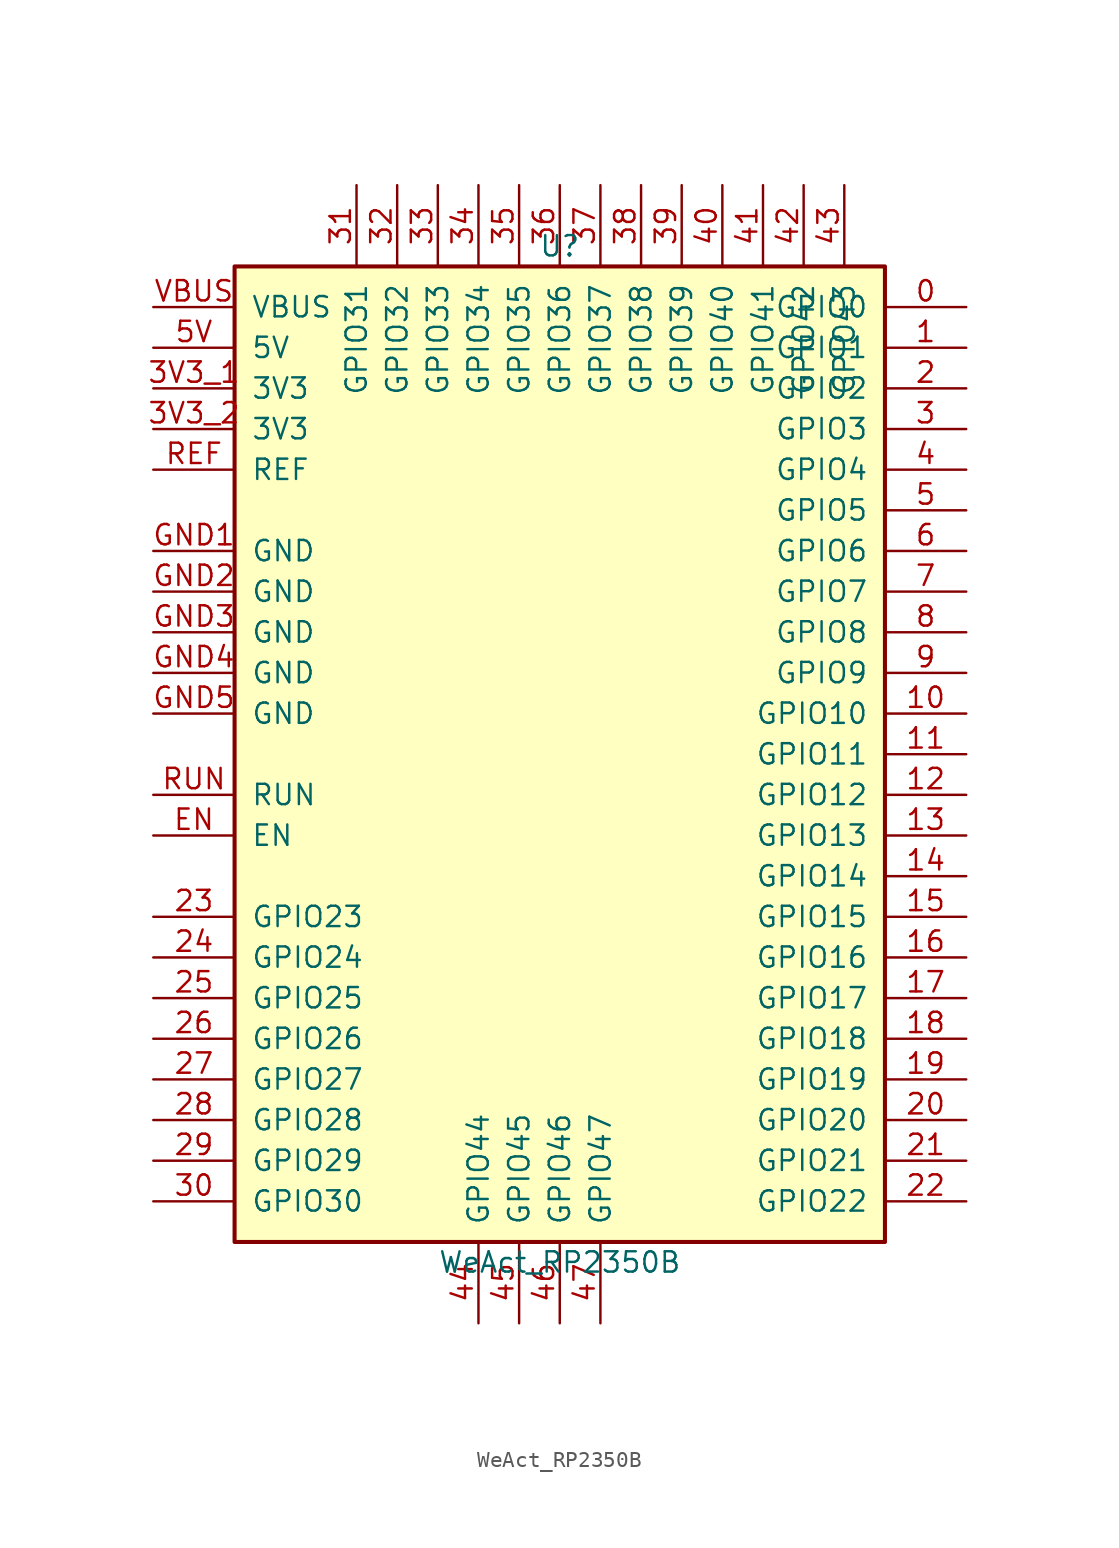
<source format=kicad_sym>
(kicad_symbol_lib
  (version 20231120)
  (generator "hand_crafted")
  (symbol "WeAct_RP2350B"
    (pin_names
      (offset 1.016))
    (property "Reference" "U"
      (at 0 31.75 0)
      (effects (font (size 1.27 1.27))))
    (property "Value" "WeAct_RP2350B"
      (at 0 -31.75 0)
      (effects (font (size 1.27 1.27))))
    (symbol "WeAct_RP2350B_0_1"
      (rectangle (start -20.32 30.48) (end 20.32 -30.48) (stroke (width 0.254) (type default)) (fill (type background))))
    (symbol "WeAct_RP2350B_1_1"
      (pin power_in line (at -25.4 27.94 0) (length 5.08) (name "VBUS" (effects (font (size 1.27 1.27)))) (number "VBUS" (effects (font (size 1.27 1.27)))))
      (pin power_in line (at -25.4 25.4 0) (length 5.08) (name "5V" (effects (font (size 1.27 1.27)))) (number "5V" (effects (font (size 1.27 1.27)))))
      (pin power_out line (at -25.4 22.86 0) (length 5.08) (name "3V3" (effects (font (size 1.27 1.27)))) (number "3V3_1" (effects (font (size 1.27 1.27)))))
      (pin passive line (at -25.4 20.32 0) (length 5.08) (name "3V3" (effects (font (size 1.27 1.27)))) (number "3V3_2" (effects (font (size 1.27 1.27)))))
      (pin passive line (at -25.4 17.78 0) (length 5.08) (name "REF" (effects (font (size 1.27 1.27)))) (number "REF" (effects (font (size 1.27 1.27)))))
      (pin power_in line (at -25.4 12.7 0) (length 5.08) (name "GND" (effects (font (size 1.27 1.27)))) (number "GND1" (effects (font (size 1.27 1.27)))))
      (pin passive line (at -25.4 10.16 0) (length 5.08) (name "GND" (effects (font (size 1.27 1.27)))) (number "GND2" (effects (font (size 1.27 1.27)))))
      (pin passive line (at -25.4 7.62 0) (length 5.08) (name "GND" (effects (font (size 1.27 1.27)))) (number "GND3" (effects (font (size 1.27 1.27)))))
      (pin passive line (at -25.4 5.08 0) (length 5.08) (name "GND" (effects (font (size 1.27 1.27)))) (number "GND4" (effects (font (size 1.27 1.27)))))
      (pin passive line (at -25.4 2.54 0) (length 5.08) (name "GND" (effects (font (size 1.27 1.27)))) (number "GND5" (effects (font (size 1.27 1.27)))))
      (pin input line (at -25.4 -2.54 0) (length 5.08) (name "RUN" (effects (font (size 1.27 1.27)))) (number "RUN" (effects (font (size 1.27 1.27)))))
      (pin input line (at -25.4 -5.08 0) (length 5.08) (name "EN" (effects (font (size 1.27 1.27)))) (number "EN" (effects (font (size 1.27 1.27)))))
      (pin bidirectional line (at 25.4 27.94 180) (length 5.08) (name "GPIO0" (effects (font (size 1.27 1.27)))) (number "0" (effects (font (size 1.27 1.27)))))
      (pin bidirectional line (at 25.4 25.4 180) (length 5.08) (name "GPIO1" (effects (font (size 1.27 1.27)))) (number "1" (effects (font (size 1.27 1.27)))))
      (pin bidirectional line (at 25.4 22.86 180) (length 5.08) (name "GPIO2" (effects (font (size 1.27 1.27)))) (number "2" (effects (font (size 1.27 1.27)))))
      (pin bidirectional line (at 25.4 20.32 180) (length 5.08) (name "GPIO3" (effects (font (size 1.27 1.27)))) (number "3" (effects (font (size 1.27 1.27)))))
      (pin bidirectional line (at 25.4 17.78 180) (length 5.08) (name "GPIO4" (effects (font (size 1.27 1.27)))) (number "4" (effects (font (size 1.27 1.27)))))
      (pin bidirectional line (at 25.4 15.24 180) (length 5.08) (name "GPIO5" (effects (font (size 1.27 1.27)))) (number "5" (effects (font (size 1.27 1.27)))))
      (pin bidirectional line (at 25.4 12.7 180) (length 5.08) (name "GPIO6" (effects (font (size 1.27 1.27)))) (number "6" (effects (font (size 1.27 1.27)))))
      (pin bidirectional line (at 25.4 10.16 180) (length 5.08) (name "GPIO7" (effects (font (size 1.27 1.27)))) (number "7" (effects (font (size 1.27 1.27)))))
      (pin bidirectional line (at 25.4 7.62 180) (length 5.08) (name "GPIO8" (effects (font (size 1.27 1.27)))) (number "8" (effects (font (size 1.27 1.27)))))
      (pin bidirectional line (at 25.4 5.08 180) (length 5.08) (name "GPIO9" (effects (font (size 1.27 1.27)))) (number "9" (effects (font (size 1.27 1.27)))))
      (pin bidirectional line (at 25.4 2.54 180) (length 5.08) (name "GPIO10" (effects (font (size 1.27 1.27)))) (number "10" (effects (font (size 1.27 1.27)))))
      (pin bidirectional line (at 25.4 0 180) (length 5.08) (name "GPIO11" (effects (font (size 1.27 1.27)))) (number "11" (effects (font (size 1.27 1.27)))))
      (pin bidirectional line (at 25.4 -2.54 180) (length 5.08) (name "GPIO12" (effects (font (size 1.27 1.27)))) (number "12" (effects (font (size 1.27 1.27)))))
      (pin bidirectional line (at 25.4 -5.08 180) (length 5.08) (name "GPIO13" (effects (font (size 1.27 1.27)))) (number "13" (effects (font (size 1.27 1.27)))))
      (pin bidirectional line (at 25.4 -7.62 180) (length 5.08) (name "GPIO14" (effects (font (size 1.27 1.27)))) (number "14" (effects (font (size 1.27 1.27)))))
      (pin bidirectional line (at 25.4 -10.16 180) (length 5.08) (name "GPIO15" (effects (font (size 1.27 1.27)))) (number "15" (effects (font (size 1.27 1.27)))))
      (pin bidirectional line (at 25.4 -12.7 180) (length 5.08) (name "GPIO16" (effects (font (size 1.27 1.27)))) (number "16" (effects (font (size 1.27 1.27)))))
      (pin bidirectional line (at 25.4 -15.24 180) (length 5.08) (name "GPIO17" (effects (font (size 1.27 1.27)))) (number "17" (effects (font (size 1.27 1.27)))))
      (pin bidirectional line (at 25.4 -17.78 180) (length 5.08) (name "GPIO18" (effects (font (size 1.27 1.27)))) (number "18" (effects (font (size 1.27 1.27)))))
      (pin bidirectional line (at 25.4 -20.32 180) (length 5.08) (name "GPIO19" (effects (font (size 1.27 1.27)))) (number "19" (effects (font (size 1.27 1.27)))))
      (pin bidirectional line (at 25.4 -22.86 180) (length 5.08) (name "GPIO20" (effects (font (size 1.27 1.27)))) (number "20" (effects (font (size 1.27 1.27)))))
      (pin bidirectional line (at 25.4 -25.4 180) (length 5.08) (name "GPIO21" (effects (font (size 1.27 1.27)))) (number "21" (effects (font (size 1.27 1.27)))))
      (pin bidirectional line (at 25.4 -27.94 180) (length 5.08) (name "GPIO22" (effects (font (size 1.27 1.27)))) (number "22" (effects (font (size 1.27 1.27)))))
      (pin bidirectional line (at -25.4 -10.16 0) (length 5.08) (name "GPIO23" (effects (font (size 1.27 1.27)))) (number "23" (effects (font (size 1.27 1.27)))))
      (pin bidirectional line (at -25.4 -12.7 0) (length 5.08) (name "GPIO24" (effects (font (size 1.27 1.27)))) (number "24" (effects (font (size 1.27 1.27)))))
      (pin bidirectional line (at -25.4 -15.24 0) (length 5.08) (name "GPIO25" (effects (font (size 1.27 1.27)))) (number "25" (effects (font (size 1.27 1.27)))))
      (pin bidirectional line (at -25.4 -17.78 0) (length 5.08) (name "GPIO26" (effects (font (size 1.27 1.27)))) (number "26" (effects (font (size 1.27 1.27)))))
      (pin bidirectional line (at -25.4 -20.32 0) (length 5.08) (name "GPIO27" (effects (font (size 1.27 1.27)))) (number "27" (effects (font (size 1.27 1.27)))))
      (pin bidirectional line (at -25.4 -22.86 0) (length 5.08) (name "GPIO28" (effects (font (size 1.27 1.27)))) (number "28" (effects (font (size 1.27 1.27)))))
      (pin bidirectional line (at -25.4 -25.4 0) (length 5.08) (name "GPIO29" (effects (font (size 1.27 1.27)))) (number "29" (effects (font (size 1.27 1.27)))))
      (pin bidirectional line (at -25.4 -27.94 0) (length 5.08) (name "GPIO30" (effects (font (size 1.27 1.27)))) (number "30" (effects (font (size 1.27 1.27)))))
      (pin bidirectional line (at -12.7 35.56 270) (length 5.08) (name "GPIO31" (effects (font (size 1.27 1.27)))) (number "31" (effects (font (size 1.27 1.27)))))
      (pin bidirectional line (at -10.16 35.56 270) (length 5.08) (name "GPIO32" (effects (font (size 1.27 1.27)))) (number "32" (effects (font (size 1.27 1.27)))))
      (pin bidirectional line (at -7.62 35.56 270) (length 5.08) (name "GPIO33" (effects (font (size 1.27 1.27)))) (number "33" (effects (font (size 1.27 1.27)))))
      (pin bidirectional line (at -5.08 35.56 270) (length 5.08) (name "GPIO34" (effects (font (size 1.27 1.27)))) (number "34" (effects (font (size 1.27 1.27)))))
      (pin bidirectional line (at -2.54 35.56 270) (length 5.08) (name "GPIO35" (effects (font (size 1.27 1.27)))) (number "35" (effects (font (size 1.27 1.27)))))
      (pin bidirectional line (at 0 35.56 270) (length 5.08) (name "GPIO36" (effects (font (size 1.27 1.27)))) (number "36" (effects (font (size 1.27 1.27)))))
      (pin bidirectional line (at 2.54 35.56 270) (length 5.08) (name "GPIO37" (effects (font (size 1.27 1.27)))) (number "37" (effects (font (size 1.27 1.27)))))
      (pin bidirectional line (at 5.08 35.56 270) (length 5.08) (name "GPIO38" (effects (font (size 1.27 1.27)))) (number "38" (effects (font (size 1.27 1.27)))))
      (pin bidirectional line (at 7.62 35.56 270) (length 5.08) (name "GPIO39" (effects (font (size 1.27 1.27)))) (number "39" (effects (font (size 1.27 1.27)))))
      (pin bidirectional line (at 10.16 35.56 270) (length 5.08) (name "GPIO40" (effects (font (size 1.27 1.27)))) (number "40" (effects (font (size 1.27 1.27)))))
      (pin bidirectional line (at 12.7 35.56 270) (length 5.08) (name "GPIO41" (effects (font (size 1.27 1.27)))) (number "41" (effects (font (size 1.27 1.27)))))
      (pin bidirectional line (at 15.24 35.56 270) (length 5.08) (name "GPIO42" (effects (font (size 1.27 1.27)))) (number "42" (effects (font (size 1.27 1.27)))))
      (pin bidirectional line (at 17.78 35.56 270) (length 5.08) (name "GPIO43" (effects (font (size 1.27 1.27)))) (number "43" (effects (font (size 1.27 1.27)))))
      (pin bidirectional line (at -5.08 -35.56 90) (length 5.08) (name "GPIO44" (effects (font (size 1.27 1.27)))) (number "44" (effects (font (size 1.27 1.27)))))
      (pin bidirectional line (at -2.54 -35.56 90) (length 5.08) (name "GPIO45" (effects (font (size 1.27 1.27)))) (number "45" (effects (font (size 1.27 1.27)))))
      (pin bidirectional line (at 0 -35.56 90) (length 5.08) (name "GPIO46" (effects (font (size 1.27 1.27)))) (number "46" (effects (font (size 1.27 1.27)))))
      (pin bidirectional line (at 2.54 -35.56 90) (length 5.08) (name "GPIO47" (effects (font (size 1.27 1.27)))) (number "47" (effects (font (size 1.27 1.27))))))))
</source>
